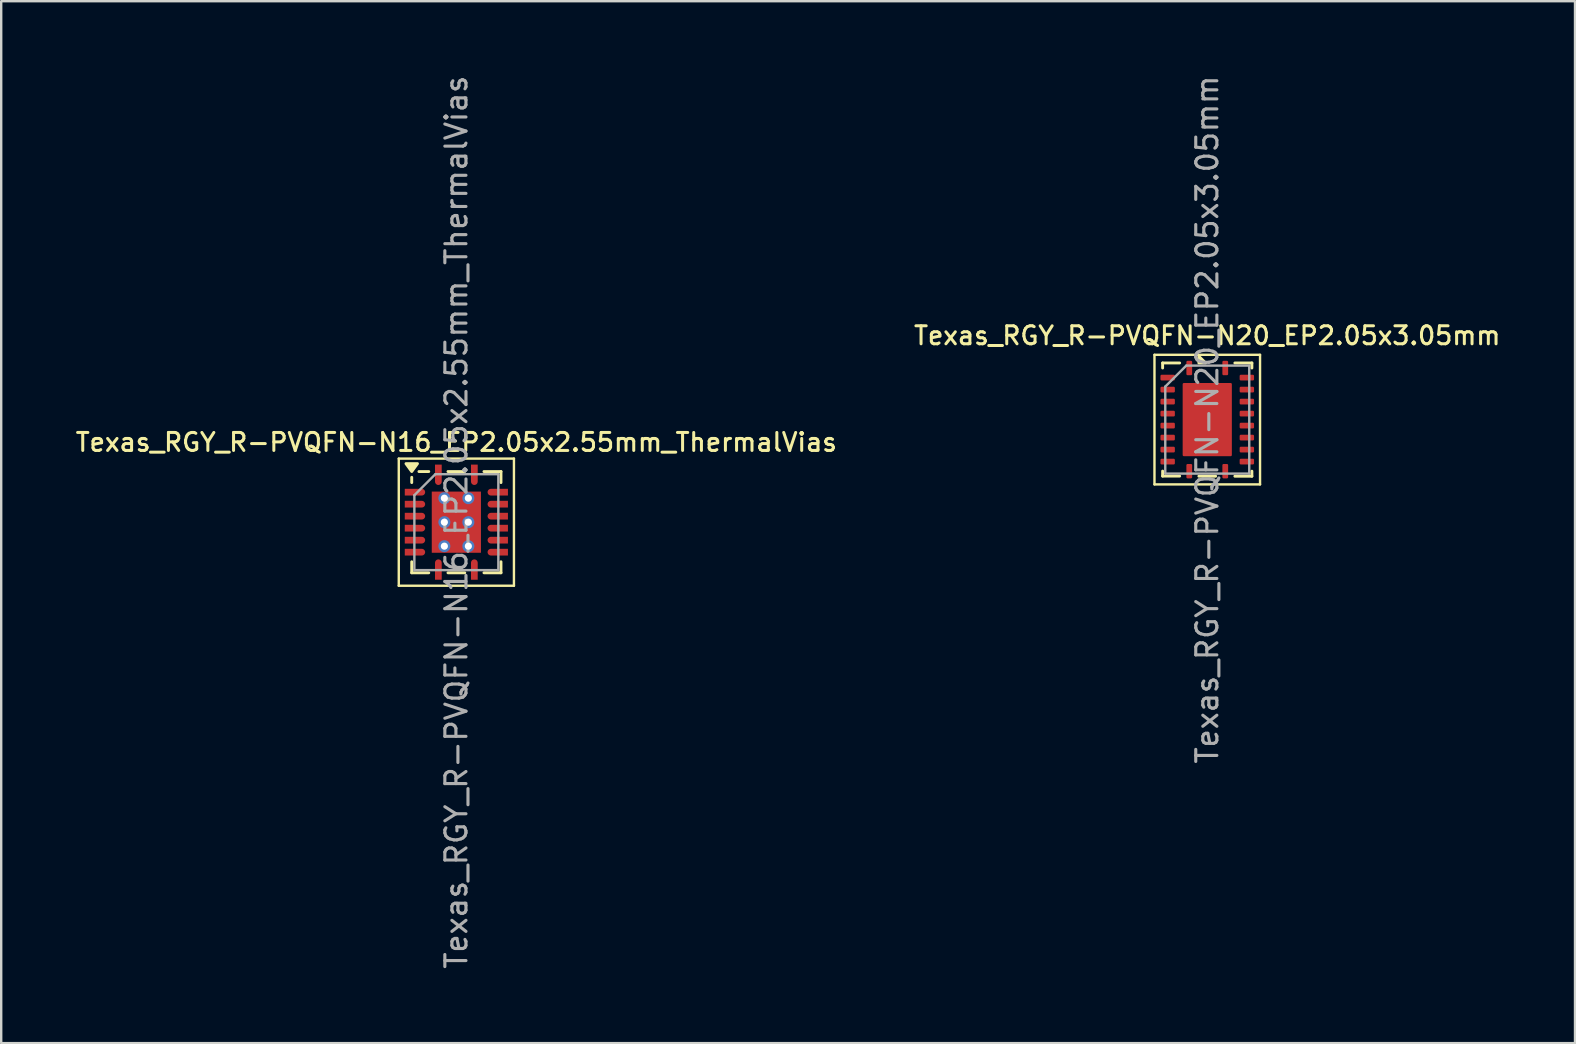
<source format=kicad_pcb>
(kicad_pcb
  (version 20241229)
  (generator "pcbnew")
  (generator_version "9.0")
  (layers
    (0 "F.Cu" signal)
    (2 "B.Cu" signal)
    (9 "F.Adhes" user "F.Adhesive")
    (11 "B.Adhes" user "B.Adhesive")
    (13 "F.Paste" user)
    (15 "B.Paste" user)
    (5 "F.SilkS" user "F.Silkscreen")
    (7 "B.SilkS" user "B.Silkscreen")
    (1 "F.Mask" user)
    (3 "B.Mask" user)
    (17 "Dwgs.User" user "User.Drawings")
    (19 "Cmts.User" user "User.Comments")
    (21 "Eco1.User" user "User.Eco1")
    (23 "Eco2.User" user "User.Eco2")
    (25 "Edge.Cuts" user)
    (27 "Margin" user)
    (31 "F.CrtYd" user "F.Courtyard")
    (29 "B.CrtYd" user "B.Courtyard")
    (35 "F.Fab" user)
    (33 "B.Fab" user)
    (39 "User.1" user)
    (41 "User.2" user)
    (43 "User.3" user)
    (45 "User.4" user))
  (footprint "Texas_RGY_R-PVQFN-N16_EP2.05x2.55mm_ThermalVias"
    (layer "F.Cu")
    (at 15.97 18.713)
    (property "Reference" "Texas_RGY_R-PVQFN-N16_EP2.05x2.55mm_ThermalVias" (at 0 -3.33 0) (layer "F.SilkS") (effects (font (size 0.75 0.75) (thickness 0.125))))
    (attr smd)
    (fp_line (start -2.4 -2.65) (end -2.4 2.65) (stroke (width 0.1) (type solid)) (layer "F.SilkS"))
    (fp_line (start -2.4 2.65) (end 2.4 2.65) (stroke (width 0.1) (type solid)) (layer "F.SilkS"))
    (fp_line (start -1.86 -1.65) (end -1.86 -1.87) (stroke (width 0.12) (type solid)) (layer "F.SilkS"))
    (fp_line (start -1.86 2.11) (end -1.86 1.65) (stroke (width 0.12) (type solid)) (layer "F.SilkS"))
    (fp_line (start -1.15 -2.11) (end -1.56 -2.11) (stroke (width 0.12) (type solid)) (layer "F.SilkS"))
    (fp_line (start -1.15 2.11) (end -1.86 2.11) (stroke (width 0.12) (type solid)) (layer "F.SilkS"))
    (fp_line (start 0.35 -2.11) (end -0.35 -2.11) (stroke (width 0.12) (type solid)) (layer "F.SilkS"))
    (fp_line (start 0.35 2.11) (end -0.35 2.11) (stroke (width 0.12) (type solid)) (layer "F.SilkS"))
    (fp_line (start 1.15 -2.11) (end 1.86 -2.11) (stroke (width 0.12) (type solid)) (layer "F.SilkS"))
    (fp_line (start 1.15 2.11) (end 1.86 2.11) (stroke (width 0.12) (type solid)) (layer "F.SilkS"))
    (fp_line (start 1.86 -2.11) (end 1.86 -1.65) (stroke (width 0.12) (type solid)) (layer "F.SilkS"))
    (fp_line (start 1.86 2.11) (end 1.86 1.65) (stroke (width 0.12) (type solid)) (layer "F.SilkS"))
    (fp_line (start 2.4 -2.65) (end -2.4 -2.65) (stroke (width 0.1) (type solid)) (layer "F.SilkS"))
    (fp_line (start 2.4 2.65) (end 2.4 -2.65) (stroke (width 0.1) (type solid)) (layer "F.SilkS"))
    (fp_poly (pts (xy -1.86 -2.11) (xy -2.1 -2.44) (xy -1.62 -2.44) (xy -1.86 -2.11)) (stroke (width 0.12) (type solid)) (fill yes) (layer "F.SilkS"))
    (fp_line (start -1.75 -1.125) (end -0.875 -2) (stroke (width 0.1) (type solid)) (layer "F.Fab"))
    (fp_line (start -1.75 2) (end -1.75 -1.125) (stroke (width 0.1) (type solid)) (layer "F.Fab"))
    (fp_line (start -0.875 -2) (end 1.75 -2) (stroke (width 0.1) (type solid)) (layer "F.Fab"))
    (fp_line (start 1.75 -2) (end 1.75 2) (stroke (width 0.1) (type solid)) (layer "F.Fab"))
    (fp_line (start 1.75 2) (end -1.75 2) (stroke (width 0.1) (type solid)) (layer "F.Fab"))
    (fp_text user "${REFERENCE}" (at 0 0 90) (layer "F.Fab") (effects (font (size 0.88 0.88) (thickness 0.13))))
    (pad "" smd rect (at -0.56 -0.685) (size 0.82 1.07) (layers "F.Paste"))
    (pad "" smd rect (at -0.56 0.685) (size 0.82 1.07) (layers "F.Paste"))
    (pad "" smd rect (at 0.56 -0.685) (size 0.82 1.07) (layers "F.Paste"))
    (pad "" smd rect (at 0.56 0.685) (size 0.82 1.07) (layers "F.Paste"))
    (pad "1" smd custom (at -0.75 -2.045) (size 0.28 0.71) (layers "F.Cu" "F.Mask" "F.Paste") (options (anchor rect)) (primitives (gr_circle (center 0 0.355) (end 0.14 0.355) (width 0) (fill yes))))
    (pad "2" smd custom (at -1.795 -1.25) (size 0.71 0.28) (layers "F.Cu" "F.Mask" "F.Paste") (options (anchor rect)) (primitives (gr_circle (center 0.355 0) (end 0.495 0) (width 0) (fill yes))))
    (pad "3" smd custom (at -1.795 -0.75) (size 0.71 0.28) (layers "F.Cu" "F.Mask" "F.Paste") (options (anchor rect)) (primitives (gr_circle (center 0.355 0) (end 0.495 0) (width 0) (fill yes))))
    (pad "4" smd custom (at -1.795 -0.25) (size 0.71 0.28) (layers "F.Cu" "F.Mask" "F.Paste") (options (anchor rect)) (primitives (gr_circle (center 0.355 0) (end 0.495 0) (width 0) (fill yes))))
    (pad "5" smd custom (at -1.795 0.25) (size 0.71 0.28) (layers "F.Cu" "F.Mask" "F.Paste") (options (anchor rect)) (primitives (gr_circle (center 0.355 0) (end 0.495 0) (width 0) (fill yes))))
    (pad "6" smd custom (at -1.795 0.75) (size 0.71 0.28) (layers "F.Cu" "F.Mask" "F.Paste") (options (anchor rect)) (primitives (gr_circle (center 0.355 0) (end 0.495 0) (width 0) (fill yes))))
    (pad "7" smd custom (at -1.795 1.25) (size 0.71 0.28) (layers "F.Cu" "F.Mask" "F.Paste") (options (anchor rect)) (primitives (gr_circle (center 0.355 0) (end 0.495 0) (width 0) (fill yes))))
    (pad "8" smd custom (at -0.75 2.045) (size 0.28 0.71) (layers "F.Cu" "F.Mask" "F.Paste") (options (anchor rect)) (primitives (gr_circle (center 0 -0.355) (end 0.14 -0.355) (width 0) (fill yes))))
    (pad "9" smd custom (at 0.75 2.045) (size 0.28 0.71) (layers "F.Cu" "F.Mask" "F.Paste") (options (anchor rect)) (primitives (gr_circle (center 0 -0.355) (end 0.14 -0.355) (width 0) (fill yes))))
    (pad "10" smd custom (at 1.795 1.25) (size 0.71 0.28) (layers "F.Cu" "F.Mask" "F.Paste") (options (anchor rect)) (primitives (gr_circle (center -0.355 0) (end -0.215 0) (width 0) (fill yes))))
    (pad "11" smd custom (at 1.795 0.75) (size 0.71 0.28) (layers "F.Cu" "F.Mask" "F.Paste") (options (anchor rect)) (primitives (gr_circle (center -0.355 0) (end -0.215 0) (width 0) (fill yes))))
    (pad "12" smd custom (at 1.795 0.25) (size 0.71 0.28) (layers "F.Cu" "F.Mask" "F.Paste") (options (anchor rect)) (primitives (gr_circle (center -0.355 0) (end -0.215 0) (width 0) (fill yes))))
    (pad "13" smd custom (at 1.795 -0.25) (size 0.71 0.28) (layers "F.Cu" "F.Mask" "F.Paste") (options (anchor rect)) (primitives (gr_circle (center -0.355 0) (end -0.215 0) (width 0) (fill yes))))
    (pad "14" smd custom (at 1.795 -0.75) (size 0.71 0.28) (layers "F.Cu" "F.Mask" "F.Paste") (options (anchor rect)) (primitives (gr_circle (center -0.355 0) (end -0.215 0) (width 0) (fill yes))))
    (pad "15" smd custom (at 1.795 -1.25) (size 0.71 0.28) (layers "F.Cu" "F.Mask" "F.Paste") (options (anchor rect)) (primitives (gr_circle (center -0.355 0) (end -0.215 0) (width 0) (fill yes))))
    (pad "16" smd custom (at 0.75 -2.045) (size 0.28 0.71) (layers "F.Cu" "F.Mask" "F.Paste") (options (anchor rect)) (primitives (gr_circle (center 0 0.355) (end 0.14 0.355) (width 0) (fill yes))))
    (pad "17" smd rect (at 0 0) (size 2.05 2.55) (layers "F.Cu" "F.Mask"))
    (pad "25" thru_hole circle (at -0.5 -1) (size 0.5 0.5) (drill 0.3) (layers "*.Cu"))
    (pad "25" thru_hole circle (at -0.5 0) (size 0.5 0.5) (drill 0.3) (layers "*.Cu"))
    (pad "25" thru_hole circle (at -0.5 1) (size 0.5 0.5) (drill 0.3) (layers "*.Cu"))
    (pad "25" thru_hole circle (at 0.5 -1) (size 0.5 0.5) (drill 0.3) (layers "*.Cu"))
    (pad "25" thru_hole circle (at 0.5 0) (size 0.5 0.5) (drill 0.3) (layers "*.Cu"))
    (pad "25" thru_hole circle (at 0.5 1) (size 0.5 0.5) (drill 0.3) (layers "*.Cu")))
  (footprint "Texas_RGY_R-PVQFN-N20_EP2.05x3.05mm"
    (layer "F.Cu")
    (at 47.266 14.438)
    (property "Reference" "Texas_RGY_R-PVQFN-N20_EP2.05x3.05mm" (at 0 -3.5 0) (layer "F.SilkS") (effects (font (size 0.75 0.75) (thickness 0.125))))
    (attr smd)
    (fp_line (start -2.2 -2.7) (end -2.2 2.7) (stroke (width 0.1) (type solid)) (layer "F.SilkS"))
    (fp_line (start -2.2 2.7) (end 2.2 2.7) (stroke (width 0.1) (type solid)) (layer "F.SilkS"))
    (fp_line (start -1.86 -2.36) (end -1.86 -2.15) (stroke (width 0.12) (type solid)) (layer "F.SilkS"))
    (fp_line (start -1.86 2.355) (end -1.86 2.145) (stroke (width 0.12) (type solid)) (layer "F.SilkS"))
    (fp_line (start -1.15 -2.36) (end -1.86 -2.36) (stroke (width 0.12) (type solid)) (layer "F.SilkS"))
    (fp_line (start -1.15 2.355) (end -1.86 2.355) (stroke (width 0.12) (type solid)) (layer "F.SilkS"))
    (fp_line (start 0.35 2.36) (end -0.35 2.36) (stroke (width 0.12) (type solid)) (layer "F.SilkS"))
    (fp_line (start 1.15 -2.36) (end 1.86 -2.36) (stroke (width 0.12) (type solid)) (layer "F.SilkS"))
    (fp_line (start 1.15 2.36) (end 1.86 2.36) (stroke (width 0.12) (type solid)) (layer "F.SilkS"))
    (fp_line (start 1.86 -2.36) (end 1.86 -2.15) (stroke (width 0.12) (type solid)) (layer "F.SilkS"))
    (fp_line (start 1.86 2.36) (end 1.86 2.15) (stroke (width 0.12) (type solid)) (layer "F.SilkS"))
    (fp_line (start 2.2 -2.7) (end -2.2 -2.7) (stroke (width 0.1) (type solid)) (layer "F.SilkS"))
    (fp_line (start 2.2 2.7) (end 2.2 -2.7) (stroke (width 0.1) (type solid)) (layer "F.SilkS"))
    (fp_poly (pts (xy -0.35 -2.36) (xy -0.35 -2.64) (xy -0.07 -2.36) (xy -0.35 -2.36)) (stroke (width 0.12) (type solid)) (fill yes) (layer "F.SilkS"))
    (fp_line (start -1.75 -1.375) (end -0.875 -2.25) (stroke (width 0.1) (type solid)) (layer "F.Fab"))
    (fp_line (start -1.75 2.25) (end -1.75 -1.375) (stroke (width 0.1) (type solid)) (layer "F.Fab"))
    (fp_line (start -0.875 -2.25) (end 1.75 -2.25) (stroke (width 0.1) (type solid)) (layer "F.Fab"))
    (fp_line (start 1.75 -2.25) (end 1.75 2.25) (stroke (width 0.1) (type solid)) (layer "F.Fab"))
    (fp_line (start 1.75 2.25) (end -1.75 2.25) (stroke (width 0.1) (type solid)) (layer "F.Fab"))
    (fp_text user "${REFERENCE}" (at 0 0 90) (layer "F.Fab") (effects (font (size 0.88 0.88) (thickness 0.13))))
    (pad "" smd rect (at -0.56 -0.77) (size 0.92 1.33) (layers "F.Paste"))
    (pad "" smd rect (at -0.56 0.77) (size 0.92 1.33) (layers "F.Paste"))
    (pad "" smd rect (at 0.56 -0.77) (size 0.92 1.33) (layers "F.Paste"))
    (pad "" smd rect (at 0.56 0.77) (size 0.92 1.33) (layers "F.Paste"))
    (pad "1" smd roundrect (at -0.75 -2.15 90) (size 0.6 0.24) (layers "F.Cu" "F.Mask" "F.Paste") (roundrect_rratio 0.208))
    (pad "2" smd roundrect (at -1.65 -1.75) (size 0.6 0.24) (layers "F.Cu" "F.Mask" "F.Paste") (roundrect_rratio 0.208))
    (pad "3" smd roundrect (at -1.65 -1.25) (size 0.6 0.24) (layers "F.Cu" "F.Mask" "F.Paste") (roundrect_rratio 0.208))
    (pad "4" smd roundrect (at -1.65 -0.75) (size 0.6 0.24) (layers "F.Cu" "F.Mask" "F.Paste") (roundrect_rratio 0.208))
    (pad "5" smd roundrect (at -1.65 -0.25) (size 0.6 0.24) (layers "F.Cu" "F.Mask" "F.Paste") (roundrect_rratio 0.208))
    (pad "6" smd roundrect (at -1.65 0.25) (size 0.6 0.24) (layers "F.Cu" "F.Mask" "F.Paste") (roundrect_rratio 0.208))
    (pad "7" smd roundrect (at -1.65 0.75) (size 0.6 0.24) (layers "F.Cu" "F.Mask" "F.Paste") (roundrect_rratio 0.208))
    (pad "8" smd roundrect (at -1.65 1.25) (size 0.6 0.24) (layers "F.Cu" "F.Mask" "F.Paste") (roundrect_rratio 0.208))
    (pad "9" smd roundrect (at -1.65 1.75) (size 0.6 0.24) (layers "F.Cu" "F.Mask" "F.Paste") (roundrect_rratio 0.208))
    (pad "10" smd roundrect (at -0.75 2.15 90) (size 0.6 0.24) (layers "F.Cu" "F.Mask" "F.Paste") (roundrect_rratio 0.208))
    (pad "11" smd roundrect (at 0.75 2.15 90) (size 0.6 0.24) (layers "F.Cu" "F.Mask" "F.Paste") (roundrect_rratio 0.208))
    (pad "12" smd roundrect (at 1.65 1.75) (size 0.6 0.24) (layers "F.Cu" "F.Mask" "F.Paste") (roundrect_rratio 0.208))
    (pad "13" smd roundrect (at 1.65 1.25) (size 0.6 0.24) (layers "F.Cu" "F.Mask" "F.Paste") (roundrect_rratio 0.208))
    (pad "14" smd roundrect (at 1.65 0.75) (size 0.6 0.24) (layers "F.Cu" "F.Mask" "F.Paste") (roundrect_rratio 0.208))
    (pad "15" smd roundrect (at 1.65 0.25) (size 0.6 0.24) (layers "F.Cu" "F.Mask" "F.Paste") (roundrect_rratio 0.208))
    (pad "16" smd roundrect (at 1.65 -0.25) (size 0.6 0.24) (layers "F.Cu" "F.Mask" "F.Paste") (roundrect_rratio 0.208))
    (pad "17" smd roundrect (at 1.65 -0.75) (size 0.6 0.24) (layers "F.Cu" "F.Mask" "F.Paste") (roundrect_rratio 0.208))
    (pad "18" smd roundrect (at 1.65 -1.25) (size 0.6 0.24) (layers "F.Cu" "F.Mask" "F.Paste") (roundrect_rratio 0.208))
    (pad "19" smd roundrect (at 1.65 -1.75) (size 0.6 0.24) (layers "F.Cu" "F.Mask" "F.Paste") (roundrect_rratio 0.208))
    (pad "20" smd roundrect (at 0.75 -2.15 90) (size 0.6 0.24) (layers "F.Cu" "F.Mask" "F.Paste") (roundrect_rratio 0.208))
    (pad "21" smd roundrect (at 0 0) (size 2.05 3.05) (layers "F.Cu" "F.Mask") (roundrect_rratio 0.024)))
  (gr_rect
    (start -3 -3)
    (end 62.593 40.425)
    (stroke (width 0.1) (type default))
    (fill no)
    (layer "Edge.Cuts")))
</source>
